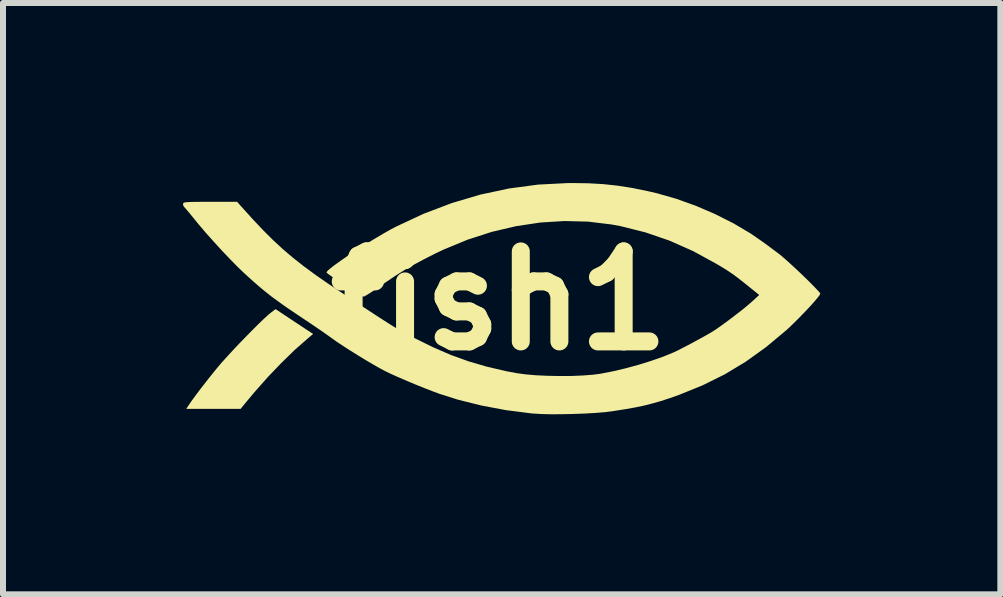
<source format=kicad_pcb>
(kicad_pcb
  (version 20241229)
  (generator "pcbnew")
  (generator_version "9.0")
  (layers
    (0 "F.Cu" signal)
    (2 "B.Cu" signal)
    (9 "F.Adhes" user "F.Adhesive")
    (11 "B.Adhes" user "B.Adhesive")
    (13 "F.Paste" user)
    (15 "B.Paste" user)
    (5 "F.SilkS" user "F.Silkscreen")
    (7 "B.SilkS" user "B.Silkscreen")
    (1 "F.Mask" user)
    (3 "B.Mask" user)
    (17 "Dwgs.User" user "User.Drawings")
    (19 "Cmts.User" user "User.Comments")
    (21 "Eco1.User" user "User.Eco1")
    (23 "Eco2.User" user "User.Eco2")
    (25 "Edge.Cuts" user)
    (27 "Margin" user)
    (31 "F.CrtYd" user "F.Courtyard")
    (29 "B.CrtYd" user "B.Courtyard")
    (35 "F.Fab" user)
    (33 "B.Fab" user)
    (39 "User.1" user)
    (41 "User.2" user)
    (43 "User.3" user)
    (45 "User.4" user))
  (footprint "fish1"
    (layer "F.Cu")
    (at 5.271 1.961)
    (property "Reference" "fish1" (at 0 0 0) (layer "F.SilkS") (effects (font (size 1.5 1.5) (thickness 0.3))))
    (attr board_only exclude_from_pos_files exclude_from_bom)
    (fp_poly (pts (xy -3.417 0.347) (xy -3.104 0.554) (xy -3.199 0.634) (xy -3.411 0.821) (xy -3.633 1.037) (xy -3.859 1.273) (xy -4.081 1.524) (xy -4.189 1.653) (xy -4.312 1.802) (xy -4.765 1.802) (xy -5.217 1.802) (xy -5.183 1.749) (xy -5.132 1.675) (xy -5.062 1.578) (xy -4.977 1.466) (xy -4.883 1.345) (xy -4.786 1.222) (xy -4.693 1.108) (xy -4.622 1.025) (xy -4.534 0.928) (xy -4.435 0.82) (xy -4.328 0.707) (xy -4.218 0.594) (xy -4.111 0.485) (xy -4.011 0.385) (xy -3.922 0.3) (xy -3.85 0.234) (xy -3.801 0.194) (xy -3.729 0.14)) (stroke (width 0) (type solid)) (fill yes) (layer "F.SilkS"))
    (fp_poly (pts (xy 1.483 -1.957) (xy 1.732 -1.943) (xy 1.971 -1.917) (xy 2.214 -1.879) (xy 2.473 -1.826) (xy 2.628 -1.79) (xy 2.947 -1.699) (xy 3.271 -1.583) (xy 3.592 -1.445) (xy 3.9 -1.29) (xy 4.186 -1.121) (xy 4.4 -0.973) (xy 4.483 -0.912) (xy 4.574 -0.844) (xy 4.652 -0.786) (xy 4.703 -0.745) (xy 4.77 -0.687) (xy 4.849 -0.616) (xy 4.935 -0.537) (xy 5.024 -0.453) (xy 5.11 -0.37) (xy 5.189 -0.292) (xy 5.257 -0.223) (xy 5.309 -0.168) (xy 5.341 -0.131) (xy 5.348 -0.118) (xy 5.335 -0.092) (xy 5.298 -0.044) (xy 5.243 0.021) (xy 5.173 0.099) (xy 5.093 0.184) (xy 5.007 0.273) (xy 4.92 0.36) (xy 4.837 0.441) (xy 4.777 0.495) (xy 4.445 0.772) (xy 4.107 1.015) (xy 3.757 1.226) (xy 3.388 1.409) (xy 2.994 1.569) (xy 2.832 1.626) (xy 2.687 1.673) (xy 2.55 1.712) (xy 2.412 1.747) (xy 2.264 1.778) (xy 2.095 1.808) (xy 1.898 1.839) (xy 1.889 1.841) (xy 1.758 1.857) (xy 1.6 1.87) (xy 1.422 1.88) (xy 1.233 1.887) (xy 1.044 1.891) (xy 0.863 1.892) (xy 0.7 1.888) (xy 0.563 1.88) (xy 0.53 1.877) (xy 0.108 1.823) (xy -0.301 1.746) (xy -0.69 1.649) (xy -1.002 1.55) (xy -1.112 1.509) (xy -1.244 1.458) (xy -1.388 1.4) (xy -1.534 1.339) (xy -1.673 1.279) (xy -1.797 1.224) (xy -1.895 1.177) (xy -1.908 1.171) (xy -1.995 1.124) (xy -2.105 1.061) (xy -2.231 0.987) (xy -2.363 0.906) (xy -2.493 0.825) (xy -2.614 0.747) (xy -2.715 0.68) (xy -2.775 0.637) (xy -2.853 0.581) (xy -2.953 0.511) (xy -3.064 0.435) (xy -3.176 0.359) (xy -3.228 0.325) (xy -3.402 0.208) (xy -3.55 0.108) (xy -3.677 0.018) (xy -3.789 -0.064) (xy -3.892 -0.145) (xy -3.993 -0.228) (xy -4.096 -0.318) (xy -4.209 -0.42) (xy -4.255 -0.462) (xy -4.364 -0.567) (xy -4.49 -0.695) (xy -4.625 -0.837) (xy -4.762 -0.987) (xy -4.894 -1.135) (xy -5.013 -1.275) (xy -5.085 -1.363) (xy -5.144 -1.436) (xy -5.195 -1.497) (xy -5.233 -1.541) (xy -5.252 -1.562) (xy -5.253 -1.562) (xy -5.268 -1.588) (xy -5.271 -1.61) (xy -5.269 -1.622) (xy -5.261 -1.631) (xy -5.243 -1.638) (xy -5.209 -1.642) (xy -5.155 -1.645) (xy -5.076 -1.647) (xy -4.969 -1.648) (xy -4.827 -1.648) (xy -4.82 -1.648) (xy -4.37 -1.648) (xy -4.297 -1.566) (xy -4.11 -1.359) (xy -3.937 -1.176) (xy -3.772 -1.011) (xy -3.608 -0.86) (xy -3.439 -0.716) (xy -3.26 -0.575) (xy -3.063 -0.43) (xy -2.842 -0.277) (xy -2.669 -0.161) (xy -2.472 -0.031) (xy -2.303 0.081) (xy -2.16 0.175) (xy -2.039 0.254) (xy -1.937 0.32) (xy -1.851 0.375) (xy -1.776 0.422) (xy -1.71 0.462) (xy -1.649 0.497) (xy -1.591 0.53) (xy -1.531 0.562) (xy -1.467 0.596) (xy -1.416 0.622) (xy -1.103 0.776) (xy -0.805 0.905) (xy -0.51 1.011) (xy -0.209 1.099) (xy 0.108 1.173) (xy 0.289 1.207) (xy 0.435 1.227) (xy 0.608 1.242) (xy 0.8 1.251) (xy 1.001 1.255) (xy 1.201 1.254) (xy 1.389 1.246) (xy 1.558 1.233) (xy 1.677 1.218) (xy 1.879 1.179) (xy 2.097 1.128) (xy 2.318 1.068) (xy 2.533 1.001) (xy 2.73 0.932) (xy 2.9 0.862) (xy 2.902 0.862) (xy 2.977 0.826) (xy 3.076 0.775) (xy 3.188 0.717) (xy 3.304 0.654) (xy 3.413 0.594) (xy 3.507 0.541) (xy 3.552 0.514) (xy 3.628 0.464) (xy 3.724 0.396) (xy 3.833 0.316) (xy 3.944 0.231) (xy 4.05 0.149) (xy 4.141 0.074) (xy 4.208 0.016) (xy 4.33 -0.096) (xy 4.15 -0.241) (xy 4.049 -0.322) (xy 3.969 -0.384) (xy 3.901 -0.435) (xy 3.835 -0.48) (xy 3.763 -0.527) (xy 3.675 -0.58) (xy 3.623 -0.611) (xy 3.232 -0.825) (xy 2.836 -1.001) (xy 2.433 -1.139) (xy 2.023 -1.242) (xy 1.866 -1.271) (xy 1.479 -1.318) (xy 1.084 -1.328) (xy 0.682 -1.303) (xy 0.277 -1.242) (xy -0.127 -1.147) (xy -0.53 -1.017) (xy -0.927 -0.853) (xy -1.06 -0.79) (xy -1.254 -0.692) (xy -1.423 -0.601) (xy -1.579 -0.512) (xy -1.732 -0.416) (xy -1.894 -0.307) (xy -1.987 -0.242) (xy -2.074 -0.182) (xy -2.151 -0.131) (xy -2.213 -0.093) (xy -2.253 -0.071) (xy -2.264 -0.068) (xy -2.288 -0.078) (xy -2.336 -0.105) (xy -2.404 -0.146) (xy -2.483 -0.196) (xy -2.569 -0.252) (xy -2.656 -0.309) (xy -2.736 -0.363) (xy -2.804 -0.411) (xy -2.854 -0.447) (xy -2.879 -0.469) (xy -2.881 -0.473) (xy -2.865 -0.496) (xy -2.82 -0.536) (xy -2.751 -0.59) (xy -2.66 -0.655) (xy -2.554 -0.729) (xy -2.435 -0.808) (xy -2.309 -0.889) (xy -2.179 -0.971) (xy -2.049 -1.05) (xy -1.925 -1.123) (xy -1.81 -1.188) (xy -1.727 -1.232) (xy -1.262 -1.449) (xy -0.793 -1.627) (xy -0.319 -1.768) (xy 0.16 -1.87) (xy 0.645 -1.935) (xy 1.134 -1.96) (xy 1.214 -1.961)) (stroke (width 0) (type solid)) (fill yes) (layer "F.SilkS")))
  (gr_rect
    (start -3 -3)
    (end 13.619 6.853)
    (stroke (width 0.1) (type default))
    (fill no)
    (layer "Edge.Cuts")))
</source>
